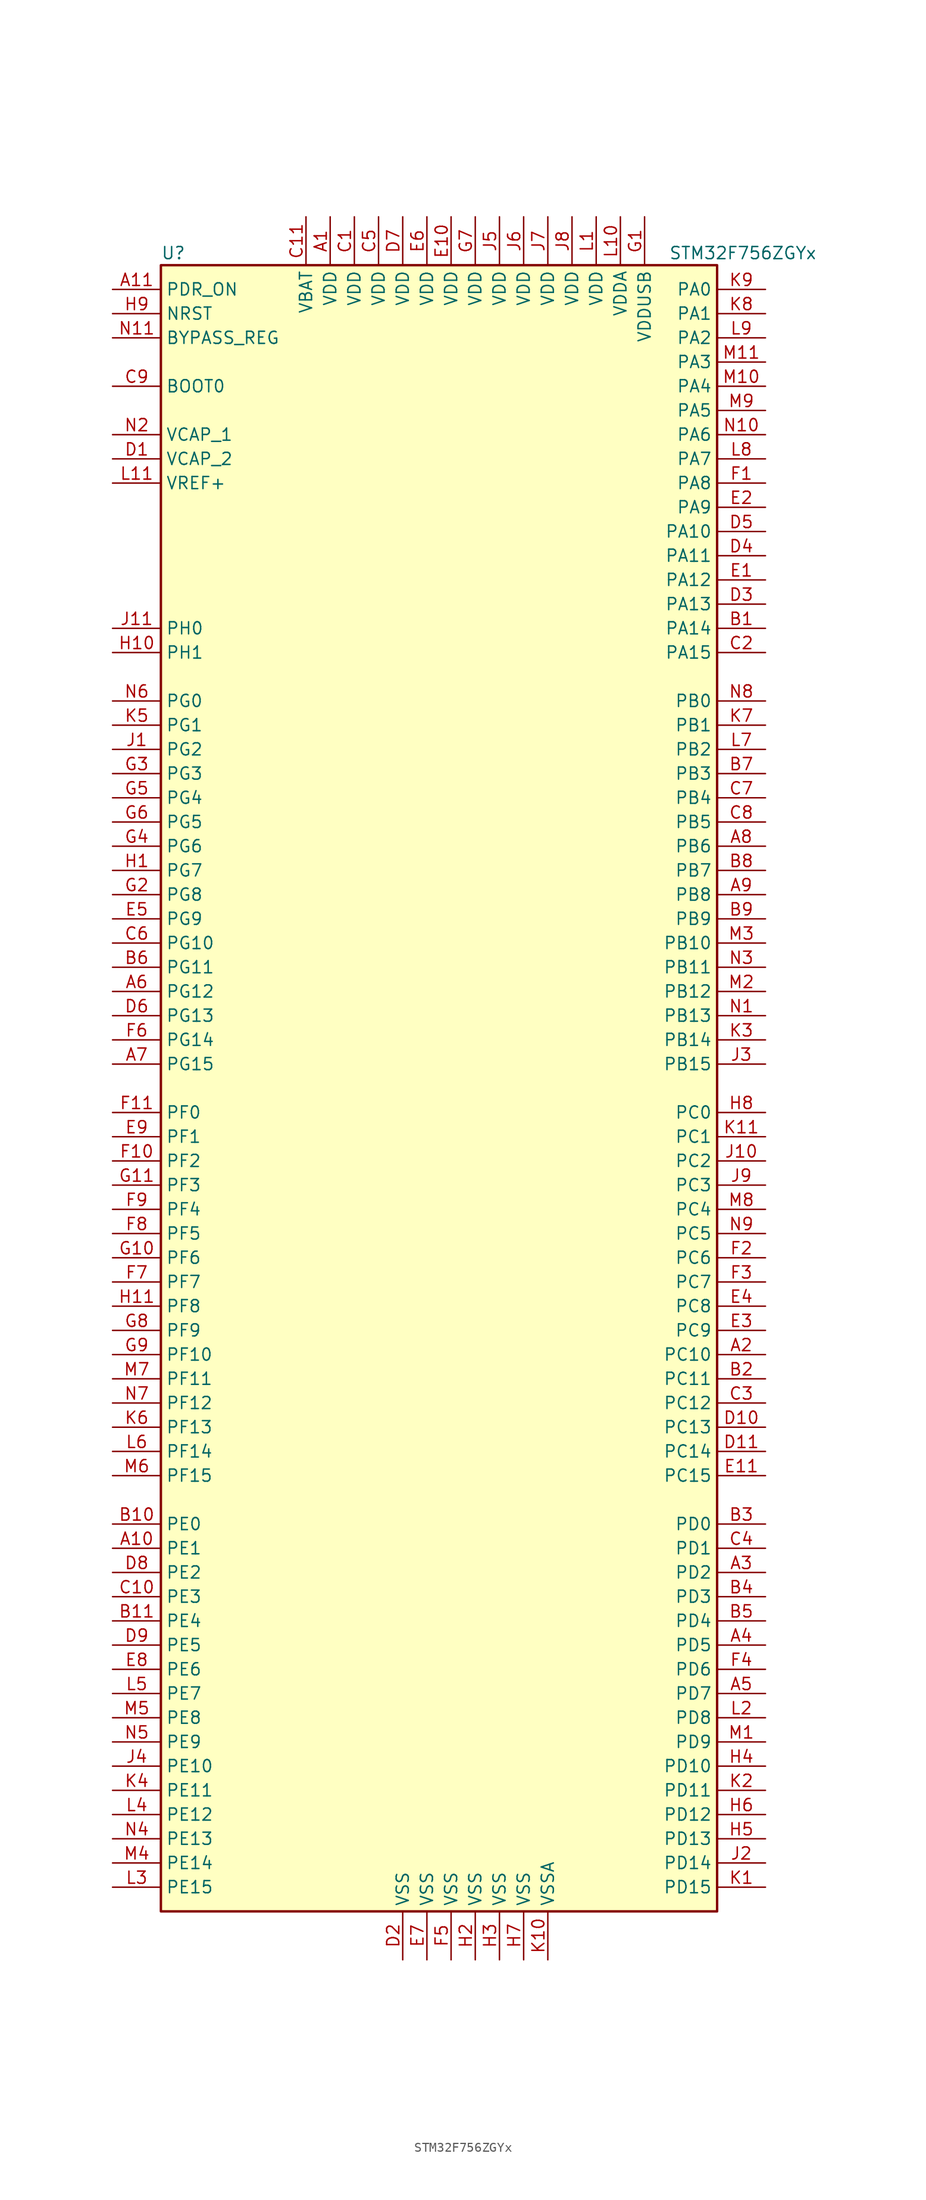
<source format=kicad_sym>
(kicad_symbol_lib
  (version 20220914)
  (generator kicad_symbol_editor)
  (symbol "STM32F756ZGYx"
    (property "Reference" "U"
      (at -30.48 87.63 0)
      (effects (font (size 1.27 1.27)) (justify left)))
    (property "Value" "STM32F756ZGYx"
      (at 22.86 87.63 0)
      (effects (font (size 1.27 1.27)) (justify left)))
    (symbol "STM32F756ZGYx_0_1"
      (rectangle (start -30.48 -86.36) (end 27.94 86.36) (stroke (width 0.254) (type default)) (fill (type background))))
    (symbol "STM32F756ZGYx_1_1"
      (pin power_in line (at -12.7 91.44 270) (length 5.08) (name "VDD" (effects (font (size 1.27 1.27)))) (number "A1" (effects (font (size 1.27 1.27)))))
      (pin bidirectional line (at -35.56 -48.26 0) (length 5.08) (name "PE1" (effects (font (size 1.27 1.27)))) (number "A10" (effects (font (size 1.27 1.27)))))
      (pin input line (at -35.56 83.82 0) (length 5.08) (name "PDR_ON" (effects (font (size 1.27 1.27)))) (number "A11" (effects (font (size 1.27 1.27)))))
      (pin bidirectional line (at 33.02 -27.94 180) (length 5.08) (name "PC10" (effects (font (size 1.27 1.27)))) (number "A2" (effects (font (size 1.27 1.27)))))
      (pin bidirectional line (at 33.02 -50.8 180) (length 5.08) (name "PD2" (effects (font (size 1.27 1.27)))) (number "A3" (effects (font (size 1.27 1.27)))))
      (pin bidirectional line (at 33.02 -58.42 180) (length 5.08) (name "PD5" (effects (font (size 1.27 1.27)))) (number "A4" (effects (font (size 1.27 1.27)))))
      (pin bidirectional line (at 33.02 -63.5 180) (length 5.08) (name "PD7" (effects (font (size 1.27 1.27)))) (number "A5" (effects (font (size 1.27 1.27)))))
      (pin bidirectional line (at -35.56 10.16 0) (length 5.08) (name "PG12" (effects (font (size 1.27 1.27)))) (number "A6" (effects (font (size 1.27 1.27)))))
      (pin bidirectional line (at -35.56 2.54 0) (length 5.08) (name "PG15" (effects (font (size 1.27 1.27)))) (number "A7" (effects (font (size 1.27 1.27)))))
      (pin bidirectional line (at 33.02 25.4 180) (length 5.08) (name "PB6" (effects (font (size 1.27 1.27)))) (number "A8" (effects (font (size 1.27 1.27)))))
      (pin bidirectional line (at 33.02 20.32 180) (length 5.08) (name "PB8" (effects (font (size 1.27 1.27)))) (number "A9" (effects (font (size 1.27 1.27)))))
      (pin bidirectional line (at 33.02 48.26 180) (length 5.08) (name "PA14" (effects (font (size 1.27 1.27)))) (number "B1" (effects (font (size 1.27 1.27)))))
      (pin bidirectional line (at -35.56 -45.72 0) (length 5.08) (name "PE0" (effects (font (size 1.27 1.27)))) (number "B10" (effects (font (size 1.27 1.27)))))
      (pin bidirectional line (at -35.56 -55.88 0) (length 5.08) (name "PE4" (effects (font (size 1.27 1.27)))) (number "B11" (effects (font (size 1.27 1.27)))))
      (pin bidirectional line (at 33.02 -30.48 180) (length 5.08) (name "PC11" (effects (font (size 1.27 1.27)))) (number "B2" (effects (font (size 1.27 1.27)))))
      (pin bidirectional line (at 33.02 -45.72 180) (length 5.08) (name "PD0" (effects (font (size 1.27 1.27)))) (number "B3" (effects (font (size 1.27 1.27)))))
      (pin bidirectional line (at 33.02 -53.34 180) (length 5.08) (name "PD3" (effects (font (size 1.27 1.27)))) (number "B4" (effects (font (size 1.27 1.27)))))
      (pin bidirectional line (at 33.02 -55.88 180) (length 5.08) (name "PD4" (effects (font (size 1.27 1.27)))) (number "B5" (effects (font (size 1.27 1.27)))))
      (pin bidirectional line (at -35.56 12.7 0) (length 5.08) (name "PG11" (effects (font (size 1.27 1.27)))) (number "B6" (effects (font (size 1.27 1.27)))))
      (pin bidirectional line (at 33.02 33.02 180) (length 5.08) (name "PB3" (effects (font (size 1.27 1.27)))) (number "B7" (effects (font (size 1.27 1.27)))))
      (pin bidirectional line (at 33.02 22.86 180) (length 5.08) (name "PB7" (effects (font (size 1.27 1.27)))) (number "B8" (effects (font (size 1.27 1.27)))))
      (pin bidirectional line (at 33.02 17.78 180) (length 5.08) (name "PB9" (effects (font (size 1.27 1.27)))) (number "B9" (effects (font (size 1.27 1.27)))))
      (pin power_in line (at -10.16 91.44 270) (length 5.08) (name "VDD" (effects (font (size 1.27 1.27)))) (number "C1" (effects (font (size 1.27 1.27)))))
      (pin bidirectional line (at -35.56 -53.34 0) (length 5.08) (name "PE3" (effects (font (size 1.27 1.27)))) (number "C10" (effects (font (size 1.27 1.27)))))
      (pin power_in line (at -15.24 91.44 270) (length 5.08) (name "VBAT" (effects (font (size 1.27 1.27)))) (number "C11" (effects (font (size 1.27 1.27)))))
      (pin bidirectional line (at 33.02 45.72 180) (length 5.08) (name "PA15" (effects (font (size 1.27 1.27)))) (number "C2" (effects (font (size 1.27 1.27)))))
      (pin bidirectional line (at 33.02 -33.02 180) (length 5.08) (name "PC12" (effects (font (size 1.27 1.27)))) (number "C3" (effects (font (size 1.27 1.27)))))
      (pin bidirectional line (at 33.02 -48.26 180) (length 5.08) (name "PD1" (effects (font (size 1.27 1.27)))) (number "C4" (effects (font (size 1.27 1.27)))))
      (pin power_in line (at -7.62 91.44 270) (length 5.08) (name "VDD" (effects (font (size 1.27 1.27)))) (number "C5" (effects (font (size 1.27 1.27)))))
      (pin bidirectional line (at -35.56 15.24 0) (length 5.08) (name "PG10" (effects (font (size 1.27 1.27)))) (number "C6" (effects (font (size 1.27 1.27)))))
      (pin bidirectional line (at 33.02 30.48 180) (length 5.08) (name "PB4" (effects (font (size 1.27 1.27)))) (number "C7" (effects (font (size 1.27 1.27)))))
      (pin bidirectional line (at 33.02 27.94 180) (length 5.08) (name "PB5" (effects (font (size 1.27 1.27)))) (number "C8" (effects (font (size 1.27 1.27)))))
      (pin input line (at -35.56 73.66 0) (length 5.08) (name "BOOT0" (effects (font (size 1.27 1.27)))) (number "C9" (effects (font (size 1.27 1.27)))))
      (pin power_in line (at -35.56 66.04 0) (length 5.08) (name "VCAP_2" (effects (font (size 1.27 1.27)))) (number "D1" (effects (font (size 1.27 1.27)))))
      (pin bidirectional line (at 33.02 -35.56 180) (length 5.08) (name "PC13" (effects (font (size 1.27 1.27)))) (number "D10" (effects (font (size 1.27 1.27)))))
      (pin bidirectional line (at 33.02 -38.1 180) (length 5.08) (name "PC14" (effects (font (size 1.27 1.27)))) (number "D11" (effects (font (size 1.27 1.27)))))
      (pin power_in line (at -5.08 -91.44 90) (length 5.08) (name "VSS" (effects (font (size 1.27 1.27)))) (number "D2" (effects (font (size 1.27 1.27)))))
      (pin bidirectional line (at 33.02 50.8 180) (length 5.08) (name "PA13" (effects (font (size 1.27 1.27)))) (number "D3" (effects (font (size 1.27 1.27)))))
      (pin bidirectional line (at 33.02 55.88 180) (length 5.08) (name "PA11" (effects (font (size 1.27 1.27)))) (number "D4" (effects (font (size 1.27 1.27)))))
      (pin bidirectional line (at 33.02 58.42 180) (length 5.08) (name "PA10" (effects (font (size 1.27 1.27)))) (number "D5" (effects (font (size 1.27 1.27)))))
      (pin bidirectional line (at -35.56 7.62 0) (length 5.08) (name "PG13" (effects (font (size 1.27 1.27)))) (number "D6" (effects (font (size 1.27 1.27)))))
      (pin power_in line (at -5.08 91.44 270) (length 5.08) (name "VDD" (effects (font (size 1.27 1.27)))) (number "D7" (effects (font (size 1.27 1.27)))))
      (pin bidirectional line (at -35.56 -50.8 0) (length 5.08) (name "PE2" (effects (font (size 1.27 1.27)))) (number "D8" (effects (font (size 1.27 1.27)))))
      (pin bidirectional line (at -35.56 -58.42 0) (length 5.08) (name "PE5" (effects (font (size 1.27 1.27)))) (number "D9" (effects (font (size 1.27 1.27)))))
      (pin bidirectional line (at 33.02 53.34 180) (length 5.08) (name "PA12" (effects (font (size 1.27 1.27)))) (number "E1" (effects (font (size 1.27 1.27)))))
      (pin power_in line (at 0 91.44 270) (length 5.08) (name "VDD" (effects (font (size 1.27 1.27)))) (number "E10" (effects (font (size 1.27 1.27)))))
      (pin bidirectional line (at 33.02 -40.64 180) (length 5.08) (name "PC15" (effects (font (size 1.27 1.27)))) (number "E11" (effects (font (size 1.27 1.27)))))
      (pin bidirectional line (at 33.02 60.96 180) (length 5.08) (name "PA9" (effects (font (size 1.27 1.27)))) (number "E2" (effects (font (size 1.27 1.27)))))
      (pin bidirectional line (at 33.02 -25.4 180) (length 5.08) (name "PC9" (effects (font (size 1.27 1.27)))) (number "E3" (effects (font (size 1.27 1.27)))))
      (pin bidirectional line (at 33.02 -22.86 180) (length 5.08) (name "PC8" (effects (font (size 1.27 1.27)))) (number "E4" (effects (font (size 1.27 1.27)))))
      (pin bidirectional line (at -35.56 17.78 0) (length 5.08) (name "PG9" (effects (font (size 1.27 1.27)))) (number "E5" (effects (font (size 1.27 1.27)))))
      (pin power_in line (at -2.54 91.44 270) (length 5.08) (name "VDD" (effects (font (size 1.27 1.27)))) (number "E6" (effects (font (size 1.27 1.27)))))
      (pin power_in line (at -2.54 -91.44 90) (length 5.08) (name "VSS" (effects (font (size 1.27 1.27)))) (number "E7" (effects (font (size 1.27 1.27)))))
      (pin bidirectional line (at -35.56 -60.96 0) (length 5.08) (name "PE6" (effects (font (size 1.27 1.27)))) (number "E8" (effects (font (size 1.27 1.27)))))
      (pin bidirectional line (at -35.56 -5.08 0) (length 5.08) (name "PF1" (effects (font (size 1.27 1.27)))) (number "E9" (effects (font (size 1.27 1.27)))))
      (pin bidirectional line (at 33.02 63.5 180) (length 5.08) (name "PA8" (effects (font (size 1.27 1.27)))) (number "F1" (effects (font (size 1.27 1.27)))))
      (pin bidirectional line (at -35.56 -7.62 0) (length 5.08) (name "PF2" (effects (font (size 1.27 1.27)))) (number "F10" (effects (font (size 1.27 1.27)))))
      (pin bidirectional line (at -35.56 -2.54 0) (length 5.08) (name "PF0" (effects (font (size 1.27 1.27)))) (number "F11" (effects (font (size 1.27 1.27)))))
      (pin bidirectional line (at 33.02 -17.78 180) (length 5.08) (name "PC6" (effects (font (size 1.27 1.27)))) (number "F2" (effects (font (size 1.27 1.27)))))
      (pin bidirectional line (at 33.02 -20.32 180) (length 5.08) (name "PC7" (effects (font (size 1.27 1.27)))) (number "F3" (effects (font (size 1.27 1.27)))))
      (pin bidirectional line (at 33.02 -60.96 180) (length 5.08) (name "PD6" (effects (font (size 1.27 1.27)))) (number "F4" (effects (font (size 1.27 1.27)))))
      (pin power_in line (at 0 -91.44 90) (length 5.08) (name "VSS" (effects (font (size 1.27 1.27)))) (number "F5" (effects (font (size 1.27 1.27)))))
      (pin bidirectional line (at -35.56 5.08 0) (length 5.08) (name "PG14" (effects (font (size 1.27 1.27)))) (number "F6" (effects (font (size 1.27 1.27)))))
      (pin bidirectional line (at -35.56 -20.32 0) (length 5.08) (name "PF7" (effects (font (size 1.27 1.27)))) (number "F7" (effects (font (size 1.27 1.27)))))
      (pin bidirectional line (at -35.56 -15.24 0) (length 5.08) (name "PF5" (effects (font (size 1.27 1.27)))) (number "F8" (effects (font (size 1.27 1.27)))))
      (pin bidirectional line (at -35.56 -12.7 0) (length 5.08) (name "PF4" (effects (font (size 1.27 1.27)))) (number "F9" (effects (font (size 1.27 1.27)))))
      (pin power_in line (at 20.32 91.44 270) (length 5.08) (name "VDDUSB" (effects (font (size 1.27 1.27)))) (number "G1" (effects (font (size 1.27 1.27)))))
      (pin bidirectional line (at -35.56 -17.78 0) (length 5.08) (name "PF6" (effects (font (size 1.27 1.27)))) (number "G10" (effects (font (size 1.27 1.27)))))
      (pin bidirectional line (at -35.56 -10.16 0) (length 5.08) (name "PF3" (effects (font (size 1.27 1.27)))) (number "G11" (effects (font (size 1.27 1.27)))))
      (pin bidirectional line (at -35.56 20.32 0) (length 5.08) (name "PG8" (effects (font (size 1.27 1.27)))) (number "G2" (effects (font (size 1.27 1.27)))))
      (pin bidirectional line (at -35.56 33.02 0) (length 5.08) (name "PG3" (effects (font (size 1.27 1.27)))) (number "G3" (effects (font (size 1.27 1.27)))))
      (pin bidirectional line (at -35.56 25.4 0) (length 5.08) (name "PG6" (effects (font (size 1.27 1.27)))) (number "G4" (effects (font (size 1.27 1.27)))))
      (pin bidirectional line (at -35.56 30.48 0) (length 5.08) (name "PG4" (effects (font (size 1.27 1.27)))) (number "G5" (effects (font (size 1.27 1.27)))))
      (pin bidirectional line (at -35.56 27.94 0) (length 5.08) (name "PG5" (effects (font (size 1.27 1.27)))) (number "G6" (effects (font (size 1.27 1.27)))))
      (pin power_in line (at 2.54 91.44 270) (length 5.08) (name "VDD" (effects (font (size 1.27 1.27)))) (number "G7" (effects (font (size 1.27 1.27)))))
      (pin bidirectional line (at -35.56 -25.4 0) (length 5.08) (name "PF9" (effects (font (size 1.27 1.27)))) (number "G8" (effects (font (size 1.27 1.27)))))
      (pin bidirectional line (at -35.56 -27.94 0) (length 5.08) (name "PF10" (effects (font (size 1.27 1.27)))) (number "G9" (effects (font (size 1.27 1.27)))))
      (pin bidirectional line (at -35.56 22.86 0) (length 5.08) (name "PG7" (effects (font (size 1.27 1.27)))) (number "H1" (effects (font (size 1.27 1.27)))))
      (pin input line (at -35.56 45.72 0) (length 5.08) (name "PH1" (effects (font (size 1.27 1.27)))) (number "H10" (effects (font (size 1.27 1.27)))))
      (pin bidirectional line (at -35.56 -22.86 0) (length 5.08) (name "PF8" (effects (font (size 1.27 1.27)))) (number "H11" (effects (font (size 1.27 1.27)))))
      (pin power_in line (at 2.54 -91.44 90) (length 5.08) (name "VSS" (effects (font (size 1.27 1.27)))) (number "H2" (effects (font (size 1.27 1.27)))))
      (pin power_in line (at 5.08 -91.44 90) (length 5.08) (name "VSS" (effects (font (size 1.27 1.27)))) (number "H3" (effects (font (size 1.27 1.27)))))
      (pin bidirectional line (at 33.02 -71.12 180) (length 5.08) (name "PD10" (effects (font (size 1.27 1.27)))) (number "H4" (effects (font (size 1.27 1.27)))))
      (pin bidirectional line (at 33.02 -78.74 180) (length 5.08) (name "PD13" (effects (font (size 1.27 1.27)))) (number "H5" (effects (font (size 1.27 1.27)))))
      (pin bidirectional line (at 33.02 -76.2 180) (length 5.08) (name "PD12" (effects (font (size 1.27 1.27)))) (number "H6" (effects (font (size 1.27 1.27)))))
      (pin power_in line (at 7.62 -91.44 90) (length 5.08) (name "VSS" (effects (font (size 1.27 1.27)))) (number "H7" (effects (font (size 1.27 1.27)))))
      (pin bidirectional line (at 33.02 -2.54 180) (length 5.08) (name "PC0" (effects (font (size 1.27 1.27)))) (number "H8" (effects (font (size 1.27 1.27)))))
      (pin input line (at -35.56 81.28 0) (length 5.08) (name "NRST" (effects (font (size 1.27 1.27)))) (number "H9" (effects (font (size 1.27 1.27)))))
      (pin bidirectional line (at -35.56 35.56 0) (length 5.08) (name "PG2" (effects (font (size 1.27 1.27)))) (number "J1" (effects (font (size 1.27 1.27)))))
      (pin bidirectional line (at 33.02 -7.62 180) (length 5.08) (name "PC2" (effects (font (size 1.27 1.27)))) (number "J10" (effects (font (size 1.27 1.27)))))
      (pin input line (at -35.56 48.26 0) (length 5.08) (name "PH0" (effects (font (size 1.27 1.27)))) (number "J11" (effects (font (size 1.27 1.27)))))
      (pin bidirectional line (at 33.02 -81.28 180) (length 5.08) (name "PD14" (effects (font (size 1.27 1.27)))) (number "J2" (effects (font (size 1.27 1.27)))))
      (pin bidirectional line (at 33.02 2.54 180) (length 5.08) (name "PB15" (effects (font (size 1.27 1.27)))) (number "J3" (effects (font (size 1.27 1.27)))))
      (pin bidirectional line (at -35.56 -71.12 0) (length 5.08) (name "PE10" (effects (font (size 1.27 1.27)))) (number "J4" (effects (font (size 1.27 1.27)))))
      (pin power_in line (at 5.08 91.44 270) (length 5.08) (name "VDD" (effects (font (size 1.27 1.27)))) (number "J5" (effects (font (size 1.27 1.27)))))
      (pin power_in line (at 7.62 91.44 270) (length 5.08) (name "VDD" (effects (font (size 1.27 1.27)))) (number "J6" (effects (font (size 1.27 1.27)))))
      (pin power_in line (at 10.16 91.44 270) (length 5.08) (name "VDD" (effects (font (size 1.27 1.27)))) (number "J7" (effects (font (size 1.27 1.27)))))
      (pin power_in line (at 12.7 91.44 270) (length 5.08) (name "VDD" (effects (font (size 1.27 1.27)))) (number "J8" (effects (font (size 1.27 1.27)))))
      (pin bidirectional line (at 33.02 -10.16 180) (length 5.08) (name "PC3" (effects (font (size 1.27 1.27)))) (number "J9" (effects (font (size 1.27 1.27)))))
      (pin bidirectional line (at 33.02 -83.82 180) (length 5.08) (name "PD15" (effects (font (size 1.27 1.27)))) (number "K1" (effects (font (size 1.27 1.27)))))
      (pin power_in line (at 10.16 -91.44 90) (length 5.08) (name "VSSA" (effects (font (size 1.27 1.27)))) (number "K10" (effects (font (size 1.27 1.27)))))
      (pin bidirectional line (at 33.02 -5.08 180) (length 5.08) (name "PC1" (effects (font (size 1.27 1.27)))) (number "K11" (effects (font (size 1.27 1.27)))))
      (pin bidirectional line (at 33.02 -73.66 180) (length 5.08) (name "PD11" (effects (font (size 1.27 1.27)))) (number "K2" (effects (font (size 1.27 1.27)))))
      (pin bidirectional line (at 33.02 5.08 180) (length 5.08) (name "PB14" (effects (font (size 1.27 1.27)))) (number "K3" (effects (font (size 1.27 1.27)))))
      (pin bidirectional line (at -35.56 -73.66 0) (length 5.08) (name "PE11" (effects (font (size 1.27 1.27)))) (number "K4" (effects (font (size 1.27 1.27)))))
      (pin bidirectional line (at -35.56 38.1 0) (length 5.08) (name "PG1" (effects (font (size 1.27 1.27)))) (number "K5" (effects (font (size 1.27 1.27)))))
      (pin bidirectional line (at -35.56 -35.56 0) (length 5.08) (name "PF13" (effects (font (size 1.27 1.27)))) (number "K6" (effects (font (size 1.27 1.27)))))
      (pin bidirectional line (at 33.02 38.1 180) (length 5.08) (name "PB1" (effects (font (size 1.27 1.27)))) (number "K7" (effects (font (size 1.27 1.27)))))
      (pin bidirectional line (at 33.02 81.28 180) (length 5.08) (name "PA1" (effects (font (size 1.27 1.27)))) (number "K8" (effects (font (size 1.27 1.27)))))
      (pin bidirectional line (at 33.02 83.82 180) (length 5.08) (name "PA0" (effects (font (size 1.27 1.27)))) (number "K9" (effects (font (size 1.27 1.27)))))
      (pin power_in line (at 15.24 91.44 270) (length 5.08) (name "VDD" (effects (font (size 1.27 1.27)))) (number "L1" (effects (font (size 1.27 1.27)))))
      (pin power_in line (at 17.78 91.44 270) (length 5.08) (name "VDDA" (effects (font (size 1.27 1.27)))) (number "L10" (effects (font (size 1.27 1.27)))))
      (pin power_in line (at -35.56 63.5 0) (length 5.08) (name "VREF+" (effects (font (size 1.27 1.27)))) (number "L11" (effects (font (size 1.27 1.27)))))
      (pin bidirectional line (at 33.02 -66.04 180) (length 5.08) (name "PD8" (effects (font (size 1.27 1.27)))) (number "L2" (effects (font (size 1.27 1.27)))))
      (pin bidirectional line (at -35.56 -83.82 0) (length 5.08) (name "PE15" (effects (font (size 1.27 1.27)))) (number "L3" (effects (font (size 1.27 1.27)))))
      (pin bidirectional line (at -35.56 -76.2 0) (length 5.08) (name "PE12" (effects (font (size 1.27 1.27)))) (number "L4" (effects (font (size 1.27 1.27)))))
      (pin bidirectional line (at -35.56 -63.5 0) (length 5.08) (name "PE7" (effects (font (size 1.27 1.27)))) (number "L5" (effects (font (size 1.27 1.27)))))
      (pin bidirectional line (at -35.56 -38.1 0) (length 5.08) (name "PF14" (effects (font (size 1.27 1.27)))) (number "L6" (effects (font (size 1.27 1.27)))))
      (pin bidirectional line (at 33.02 35.56 180) (length 5.08) (name "PB2" (effects (font (size 1.27 1.27)))) (number "L7" (effects (font (size 1.27 1.27)))))
      (pin bidirectional line (at 33.02 66.04 180) (length 5.08) (name "PA7" (effects (font (size 1.27 1.27)))) (number "L8" (effects (font (size 1.27 1.27)))))
      (pin bidirectional line (at 33.02 78.74 180) (length 5.08) (name "PA2" (effects (font (size 1.27 1.27)))) (number "L9" (effects (font (size 1.27 1.27)))))
      (pin bidirectional line (at 33.02 -68.58 180) (length 5.08) (name "PD9" (effects (font (size 1.27 1.27)))) (number "M1" (effects (font (size 1.27 1.27)))))
      (pin bidirectional line (at 33.02 73.66 180) (length 5.08) (name "PA4" (effects (font (size 1.27 1.27)))) (number "M10" (effects (font (size 1.27 1.27)))))
      (pin bidirectional line (at 33.02 76.2 180) (length 5.08) (name "PA3" (effects (font (size 1.27 1.27)))) (number "M11" (effects (font (size 1.27 1.27)))))
      (pin bidirectional line (at 33.02 10.16 180) (length 5.08) (name "PB12" (effects (font (size 1.27 1.27)))) (number "M2" (effects (font (size 1.27 1.27)))))
      (pin bidirectional line (at 33.02 15.24 180) (length 5.08) (name "PB10" (effects (font (size 1.27 1.27)))) (number "M3" (effects (font (size 1.27 1.27)))))
      (pin bidirectional line (at -35.56 -81.28 0) (length 5.08) (name "PE14" (effects (font (size 1.27 1.27)))) (number "M4" (effects (font (size 1.27 1.27)))))
      (pin bidirectional line (at -35.56 -66.04 0) (length 5.08) (name "PE8" (effects (font (size 1.27 1.27)))) (number "M5" (effects (font (size 1.27 1.27)))))
      (pin bidirectional line (at -35.56 -40.64 0) (length 5.08) (name "PF15" (effects (font (size 1.27 1.27)))) (number "M6" (effects (font (size 1.27 1.27)))))
      (pin bidirectional line (at -35.56 -30.48 0) (length 5.08) (name "PF11" (effects (font (size 1.27 1.27)))) (number "M7" (effects (font (size 1.27 1.27)))))
      (pin bidirectional line (at 33.02 -12.7 180) (length 5.08) (name "PC4" (effects (font (size 1.27 1.27)))) (number "M8" (effects (font (size 1.27 1.27)))))
      (pin bidirectional line (at 33.02 71.12 180) (length 5.08) (name "PA5" (effects (font (size 1.27 1.27)))) (number "M9" (effects (font (size 1.27 1.27)))))
      (pin bidirectional line (at 33.02 7.62 180) (length 5.08) (name "PB13" (effects (font (size 1.27 1.27)))) (number "N1" (effects (font (size 1.27 1.27)))))
      (pin bidirectional line (at 33.02 68.58 180) (length 5.08) (name "PA6" (effects (font (size 1.27 1.27)))) (number "N10" (effects (font (size 1.27 1.27)))))
      (pin input line (at -35.56 78.74 0) (length 5.08) (name "BYPASS_REG" (effects (font (size 1.27 1.27)))) (number "N11" (effects (font (size 1.27 1.27)))))
      (pin power_in line (at -35.56 68.58 0) (length 5.08) (name "VCAP_1" (effects (font (size 1.27 1.27)))) (number "N2" (effects (font (size 1.27 1.27)))))
      (pin bidirectional line (at 33.02 12.7 180) (length 5.08) (name "PB11" (effects (font (size 1.27 1.27)))) (number "N3" (effects (font (size 1.27 1.27)))))
      (pin bidirectional line (at -35.56 -78.74 0) (length 5.08) (name "PE13" (effects (font (size 1.27 1.27)))) (number "N4" (effects (font (size 1.27 1.27)))))
      (pin bidirectional line (at -35.56 -68.58 0) (length 5.08) (name "PE9" (effects (font (size 1.27 1.27)))) (number "N5" (effects (font (size 1.27 1.27)))))
      (pin bidirectional line (at -35.56 40.64 0) (length 5.08) (name "PG0" (effects (font (size 1.27 1.27)))) (number "N6" (effects (font (size 1.27 1.27)))))
      (pin bidirectional line (at -35.56 -33.02 0) (length 5.08) (name "PF12" (effects (font (size 1.27 1.27)))) (number "N7" (effects (font (size 1.27 1.27)))))
      (pin bidirectional line (at 33.02 40.64 180) (length 5.08) (name "PB0" (effects (font (size 1.27 1.27)))) (number "N8" (effects (font (size 1.27 1.27)))))
      (pin bidirectional line (at 33.02 -15.24 180) (length 5.08) (name "PC5" (effects (font (size 1.27 1.27)))) (number "N9" (effects (font (size 1.27 1.27))))))))
</source>
